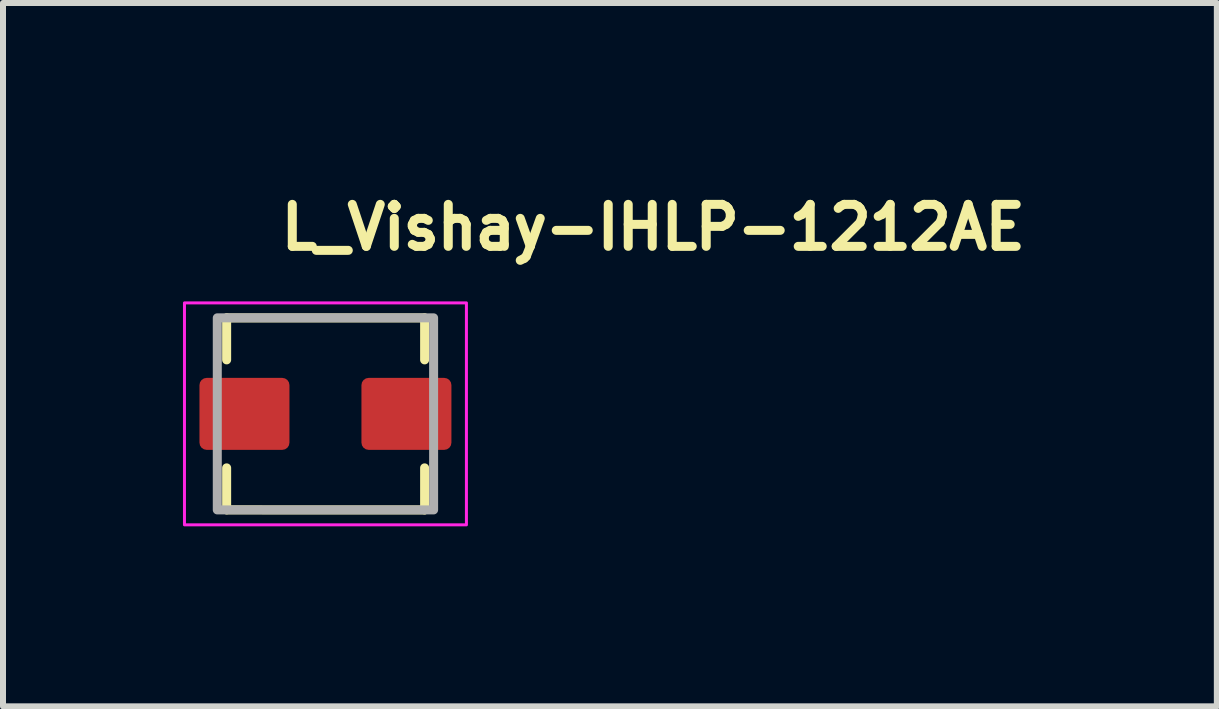
<source format=kicad_pcb>
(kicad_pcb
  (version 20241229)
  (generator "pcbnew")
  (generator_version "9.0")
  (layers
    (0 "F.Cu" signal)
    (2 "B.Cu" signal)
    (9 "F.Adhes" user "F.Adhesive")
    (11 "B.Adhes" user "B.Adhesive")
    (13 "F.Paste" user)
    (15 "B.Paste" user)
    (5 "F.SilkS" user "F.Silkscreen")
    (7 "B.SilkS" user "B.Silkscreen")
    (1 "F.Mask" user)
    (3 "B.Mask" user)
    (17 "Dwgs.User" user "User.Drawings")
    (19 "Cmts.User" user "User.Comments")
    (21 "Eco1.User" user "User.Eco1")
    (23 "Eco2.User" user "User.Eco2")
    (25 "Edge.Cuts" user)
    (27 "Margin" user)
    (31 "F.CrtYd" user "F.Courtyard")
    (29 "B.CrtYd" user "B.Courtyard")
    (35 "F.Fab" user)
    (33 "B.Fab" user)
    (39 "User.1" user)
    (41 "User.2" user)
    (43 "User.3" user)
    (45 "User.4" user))
  (footprint "L_Vishay-IHLP-1212AE"
    (layer "F.Cu")
    (at 2.375 3.849)
    (property "Reference" "L_Vishay-IHLP-1212AE" (at -0.818 -2.699 0) (layer "F.SilkS") (effects (font (size 0.7 0.7) (thickness 0.15)) (justify left bottom)))
    (attr smd)
    (fp_line (start -1.647 -1.6) (end 1.653 -1.6) (stroke (width 0.15) (type solid)) (layer "F.SilkS"))
    (fp_line (start -1.647 -0.9) (end -1.647 -1.6) (stroke (width 0.15) (type solid)) (layer "F.SilkS"))
    (fp_line (start -1.647 1.6) (end -1.647 0.9) (stroke (width 0.15) (type solid)) (layer "F.SilkS"))
    (fp_line (start 1.653 -1.6) (end 1.653 -0.9) (stroke (width 0.15) (type solid)) (layer "F.SilkS"))
    (fp_line (start 1.653 0.9) (end 1.653 1.601) (stroke (width 0.15) (type solid)) (layer "F.SilkS"))
    (fp_line (start 1.653 1.601) (end -1.647 1.6) (stroke (width 0.15) (type solid)) (layer "F.SilkS"))
    (fp_rect (start -2.35 -1.85) (end 2.35 1.85) (stroke (width 0.05) (type solid)) (fill no) (layer "F.CrtYd"))
    (fp_rect (start -1.803 -1.601) (end 1.803 1.601) (stroke (width 0.15) (type solid)) (fill no) (layer "F.Fab"))
    (fp_rect (start -1.803 -1.601) (end 1.803 1.601) (stroke (width 0.1) (type solid)) (fill no) (layer "User.5"))
    (fp_line (start -1.803 -0.355) (end -1.803 0.354) (stroke (width 0.02) (type solid)) (layer "User.9"))
    (fp_line (start -1.803 -0.355) (end -1.645 -0.355) (stroke (width 0.02) (type solid)) (layer "User.9"))
    (fp_line (start -1.803 0.354) (end -1.803 -0.355) (stroke (width 0.02) (type solid)) (layer "User.9"))
    (fp_line (start -1.803 0.354) (end -1.645 0.354) (stroke (width 0.02) (type solid)) (layer "User.9"))
    (fp_line (start -1.645 -1.601) (end -1.645 1.601) (stroke (width 0.02) (type solid)) (layer "User.9"))
    (fp_line (start -1.645 -1.601) (end 1.644 -1.601) (stroke (width 0.02) (type solid)) (layer "User.9"))
    (fp_line (start -1.645 -0.355) (end -1.803 -0.355) (stroke (width 0.02) (type solid)) (layer "User.9"))
    (fp_line (start -1.645 0.354) (end -1.803 0.354) (stroke (width 0.02) (type solid)) (layer "User.9"))
    (fp_line (start -1.645 1.601) (end -1.645 -1.601) (stroke (width 0.02) (type solid)) (layer "User.9"))
    (fp_line (start -1.645 1.601) (end 1.644 1.601) (stroke (width 0.02) (type solid)) (layer "User.9"))
    (fp_line (start -1.579 -1.534) (end -1.579 1.534) (stroke (width 0.02) (type solid)) (layer "User.9"))
    (fp_line (start -1.579 -1.534) (end -0.921 -1.534) (stroke (width 0.02) (type solid)) (layer "User.9"))
    (fp_line (start -1.579 1.534) (end -1.579 -1.534) (stroke (width 0.02) (type solid)) (layer "User.9"))
    (fp_line (start -1.579 1.534) (end -0.921 1.534) (stroke (width 0.02) (type solid)) (layer "User.9"))
    (fp_line (start -0.921 -1.534) (end -1.579 -1.534) (stroke (width 0.02) (type solid)) (layer "User.9"))
    (fp_line (start -0.921 -1.534) (end -0.921 1.534) (stroke (width 0.02) (type solid)) (layer "User.9"))
    (fp_line (start -0.921 1.534) (end -1.579 1.534) (stroke (width 0.02) (type solid)) (layer "User.9"))
    (fp_line (start -0.921 1.534) (end -0.921 -1.534) (stroke (width 0.02) (type solid)) (layer "User.9"))
    (fp_line (start 1.644 -1.601) (end -1.645 -1.601) (stroke (width 0.02) (type solid)) (layer "User.9"))
    (fp_line (start 1.644 -1.601) (end 1.644 1.601) (stroke (width 0.02) (type solid)) (layer "User.9"))
    (fp_line (start 1.644 -0.355) (end 1.803 -0.355) (stroke (width 0.02) (type solid)) (layer "User.9"))
    (fp_line (start 1.644 0.354) (end 1.803 0.354) (stroke (width 0.02) (type solid)) (layer "User.9"))
    (fp_line (start 1.644 1.601) (end -1.645 1.601) (stroke (width 0.02) (type solid)) (layer "User.9"))
    (fp_line (start 1.644 1.601) (end 1.644 -1.601) (stroke (width 0.02) (type solid)) (layer "User.9"))
    (fp_line (start 1.803 -0.355) (end 1.644 -0.355) (stroke (width 0.02) (type solid)) (layer "User.9"))
    (fp_line (start 1.803 -0.355) (end 1.803 0.354) (stroke (width 0.02) (type solid)) (layer "User.9"))
    (fp_line (start 1.803 0.354) (end 1.644 0.354) (stroke (width 0.02) (type solid)) (layer "User.9"))
    (fp_line (start 1.803 0.354) (end 1.803 -0.355) (stroke (width 0.02) (type solid)) (layer "User.9"))
    (pad "1" smd roundrect (at -1.35 0) (size 1.5 1.2) (layers "F.Cu" "F.Mask" "F.Paste") (roundrect_rratio 0.1))
    (pad "2" smd roundrect (at 1.35 0) (size 1.5 1.2) (layers "F.Cu" "F.Mask" "F.Paste") (roundrect_rratio 0.1)))
  (gr_rect
    (start -3 -3)
    (end 17.234 8.724)
    (stroke (width 0.1) (type default))
    (fill no)
    (layer "Edge.Cuts")))
</source>
